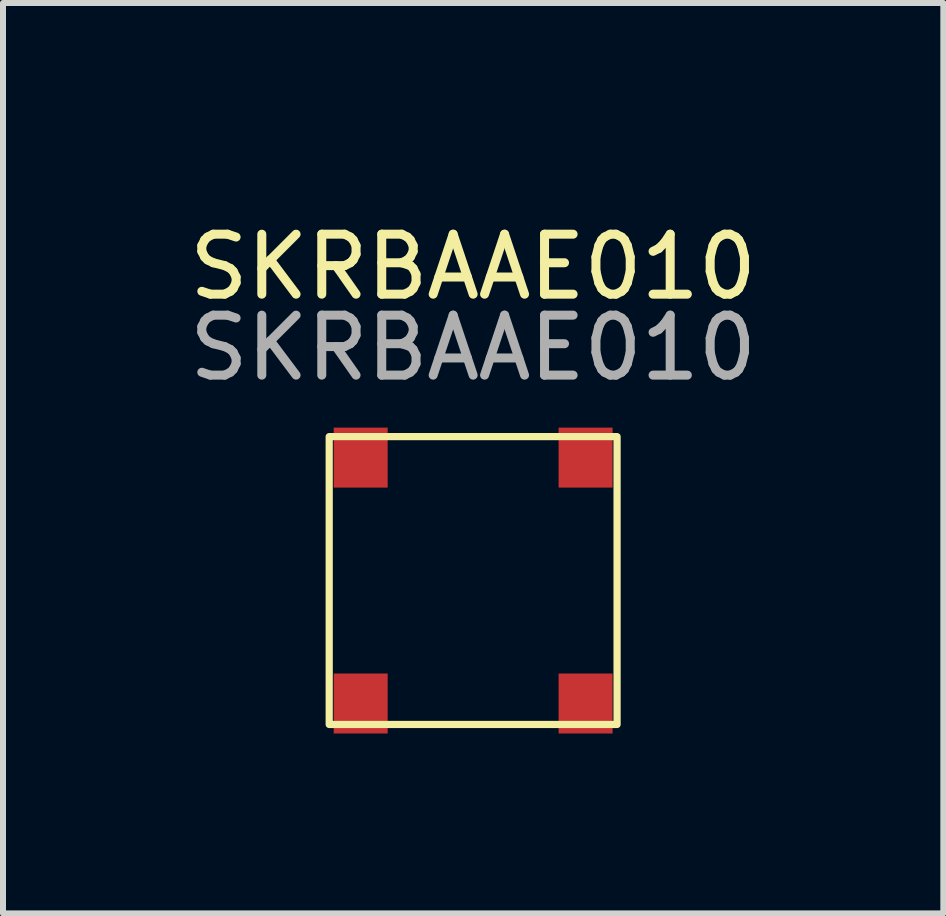
<source format=kicad_pcb>
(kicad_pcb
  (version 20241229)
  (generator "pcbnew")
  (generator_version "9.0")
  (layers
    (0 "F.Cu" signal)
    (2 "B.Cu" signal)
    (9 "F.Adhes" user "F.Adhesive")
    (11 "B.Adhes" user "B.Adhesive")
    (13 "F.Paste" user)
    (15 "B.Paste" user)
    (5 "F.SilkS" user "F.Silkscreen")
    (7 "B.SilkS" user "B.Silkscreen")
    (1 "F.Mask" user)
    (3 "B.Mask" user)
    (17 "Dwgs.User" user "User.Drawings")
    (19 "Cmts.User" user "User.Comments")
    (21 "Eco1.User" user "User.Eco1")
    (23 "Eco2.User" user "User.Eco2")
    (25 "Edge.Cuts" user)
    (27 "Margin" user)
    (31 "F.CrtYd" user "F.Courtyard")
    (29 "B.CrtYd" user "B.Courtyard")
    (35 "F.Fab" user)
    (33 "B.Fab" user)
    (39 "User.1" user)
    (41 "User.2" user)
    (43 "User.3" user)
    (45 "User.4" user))
  (footprint "SKRBAAE010"
    (layer "F.Cu")
    (at 4.839 0.25)
    (property "Reference" "SKRBAAE010" (at 0 1.15 0) (unlocked yes) (layer "F.SilkS") (effects (font (size 1 1) (thickness 0.15))))
    (fp_rect (start -2.4 3.98) (end 2.4 8.78) (stroke (width 0.12) (type solid)) (fill no) (layer "F.SilkS"))
    (fp_text user "${REFERENCE}" (at 0 2.5 0) (unlocked yes) (layer "F.Fab") (effects (font (size 1 1) (thickness 0.15))))
    (pad "1" smd rect (at -1.875 4.33 90) (size 1 0.9) (layers "F.Cu" "F.Mask" "F.Paste"))
    (pad "2" smd rect (at -1.875 8.43 90) (size 1 0.9) (layers "F.Cu" "F.Mask" "F.Paste"))
    (pad "3" smd rect (at 1.875 4.33 90) (size 1 0.9) (layers "F.Cu" "F.Mask" "F.Paste"))
    (pad "4" smd rect (at 1.875 8.43 90) (size 1 0.9) (layers "F.Cu" "F.Mask" "F.Paste")))
  (gr_rect
    (start -3 -3)
    (end 12.679 12.18)
    (stroke (width 0.1) (type default))
    (fill no)
    (layer "Edge.Cuts")))
</source>
